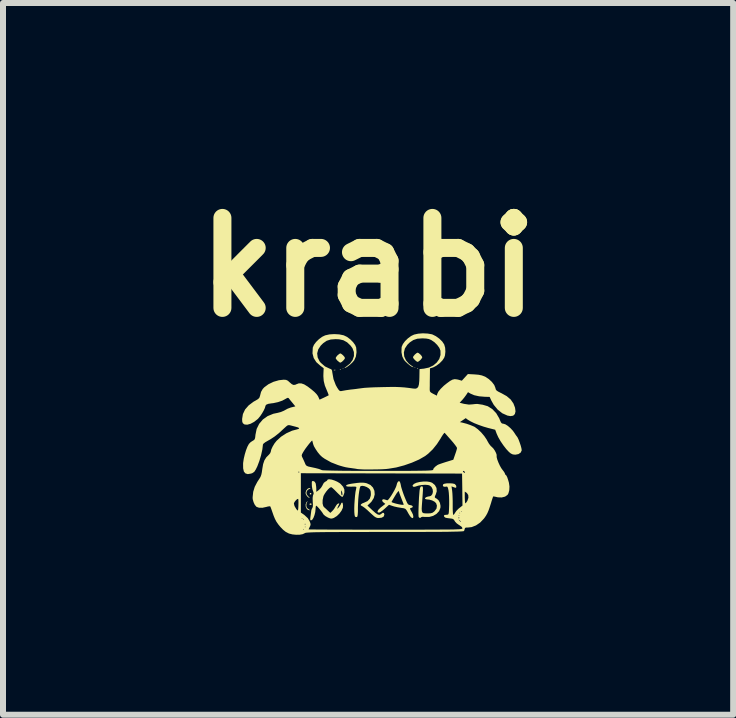
<source format=kicad_pcb>
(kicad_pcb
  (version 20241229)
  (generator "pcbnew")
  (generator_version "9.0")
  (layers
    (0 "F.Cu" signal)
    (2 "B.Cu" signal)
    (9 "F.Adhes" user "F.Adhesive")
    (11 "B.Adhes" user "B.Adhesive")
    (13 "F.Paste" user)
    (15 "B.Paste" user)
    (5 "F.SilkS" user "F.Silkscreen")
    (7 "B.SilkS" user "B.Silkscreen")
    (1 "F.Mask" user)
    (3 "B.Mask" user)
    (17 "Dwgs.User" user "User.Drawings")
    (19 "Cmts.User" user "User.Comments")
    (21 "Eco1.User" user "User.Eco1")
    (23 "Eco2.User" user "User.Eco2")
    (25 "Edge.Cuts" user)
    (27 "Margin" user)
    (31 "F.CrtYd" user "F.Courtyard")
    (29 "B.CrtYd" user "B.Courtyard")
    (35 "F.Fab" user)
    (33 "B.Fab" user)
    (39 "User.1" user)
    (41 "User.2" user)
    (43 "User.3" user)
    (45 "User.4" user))
  (footprint "krabi"
    (layer "F.Cu")
    (at 3.486 3.704)
    (property "Reference" "krabi" (at -0.4 -2.3 0) (layer "F.SilkS") (effects (font (size 1.5 1.5) (thickness 0.3))))
    (attr board_only exclude_from_pos_files exclude_from_bom)
    (fp_poly (pts (xy -0.812 -0.612) (xy -0.818 -0.606) (xy -0.825 -0.612) (xy -0.818 -0.619)) (stroke (width 0) (type solid)) (fill yes) (layer "F.SilkS"))
    (fp_poly (pts (xy 0.387 -0.625) (xy 0.38 -0.619) (xy 0.374 -0.625) (xy 0.38 -0.631)) (stroke (width 0) (type solid)) (fill yes) (layer "F.SilkS"))
    (fp_poly (pts (xy -0.944 -0.588) (xy -0.948 -0.582) (xy -0.961 -0.581) (xy -0.975 -0.584) (xy -0.969 -0.589) (xy -0.949 -0.59)) (stroke (width 0) (type solid)) (fill yes) (layer "F.SilkS"))
    (fp_poly (pts (xy -0.855 -0.601) (xy -0.857 -0.594) (xy -0.863 -0.593) (xy -0.874 -0.598) (xy -0.872 -0.601) (xy -0.857 -0.603)) (stroke (width 0) (type solid)) (fill yes) (layer "F.SilkS"))
    (fp_poly (pts (xy 0.434 -0.614) (xy 0.432 -0.607) (xy 0.425 -0.606) (xy 0.415 -0.61) (xy 0.417 -0.614) (xy 0.432 -0.616)) (stroke (width 0) (type solid)) (fill yes) (layer "F.SilkS"))
    (fp_poly (pts (xy -1.35 1.465) (xy -1.347 1.468) (xy -1.349 1.485) (xy -1.352 1.488) (xy -1.369 1.486) (xy -1.372 1.483) (xy -1.37 1.466) (xy -1.367 1.463)) (stroke (width 0) (type solid)) (fill yes) (layer "F.SilkS"))
    (fp_poly (pts (xy -1.342 1.644) (xy -1.34 1.65) (xy -1.351 1.661) (xy -1.36 1.662) (xy -1.377 1.655) (xy -1.379 1.65) (xy -1.368 1.638) (xy -1.36 1.637)) (stroke (width 0) (type solid)) (fill yes) (layer "F.SilkS"))
    (fp_poly (pts (xy -1.409 1.605) (xy -1.414 1.611) (xy -1.427 1.64) (xy -1.43 1.678) (xy -1.421 1.709) (xy -1.421 1.709) (xy -1.402 1.726) (xy -1.385 1.737) (xy -1.37 1.748) (xy -1.377 1.752) (xy -1.38 1.752) (xy -1.404 1.744) (xy -1.422 1.729) (xy -1.439 1.696) (xy -1.442 1.656) (xy -1.431 1.622) (xy -1.421 1.61) (xy -1.406 1.599)) (stroke (width 0) (type solid)) (fill yes) (layer "F.SilkS"))
    (fp_poly (pts (xy -1.358 1.383) (xy -1.366 1.388) (xy -1.407 1.413) (xy -1.427 1.446) (xy -1.425 1.483) (xy -1.4 1.517) (xy -1.396 1.52) (xy -1.378 1.537) (xy -1.375 1.546) (xy -1.377 1.546) (xy -1.395 1.538) (xy -1.417 1.518) (xy -1.436 1.489) (xy -1.443 1.463) (xy -1.434 1.426) (xy -1.412 1.396) (xy -1.383 1.38) (xy -1.375 1.38)) (stroke (width 0) (type solid)) (fill yes) (layer "F.SilkS"))
    (fp_poly (pts (xy -0.846 -0.855) (xy -0.821 -0.835) (xy -0.818 -0.832) (xy -0.796 -0.807) (xy -0.786 -0.787) (xy -0.786 -0.786) (xy -0.794 -0.768) (xy -0.815 -0.743) (xy -0.818 -0.74) (xy -0.843 -0.719) (xy -0.862 -0.709) (xy -0.863 -0.709) (xy -0.881 -0.717) (xy -0.906 -0.738) (xy -0.909 -0.74) (xy -0.931 -0.766) (xy -0.941 -0.785) (xy -0.941 -0.786) (xy -0.932 -0.804) (xy -0.912 -0.829) (xy -0.909 -0.832) (xy -0.884 -0.853) (xy -0.865 -0.863) (xy -0.863 -0.863)) (stroke (width 0) (type solid)) (fill yes) (layer "F.SilkS"))
    (fp_poly (pts (xy 0.443 -0.868) (xy 0.468 -0.847) (xy 0.471 -0.845) (xy 0.492 -0.82) (xy 0.502 -0.8) (xy 0.503 -0.799) (xy 0.494 -0.781) (xy 0.474 -0.756) (xy 0.471 -0.753) (xy 0.446 -0.732) (xy 0.427 -0.722) (xy 0.425 -0.722) (xy 0.407 -0.73) (xy 0.382 -0.751) (xy 0.38 -0.753) (xy 0.358 -0.778) (xy 0.348 -0.798) (xy 0.348 -0.799) (xy 0.356 -0.817) (xy 0.377 -0.842) (xy 0.38 -0.845) (xy 0.405 -0.866) (xy 0.424 -0.876) (xy 0.425 -0.876)) (stroke (width 0) (type solid)) (fill yes) (layer "F.SilkS"))
    (fp_poly (pts (xy -0.452 1.295) (xy -0.422 1.302) (xy -0.361 1.33) (xy -0.319 1.373) (xy -0.295 1.427) (xy -0.29 1.487) (xy -0.306 1.548) (xy -0.343 1.607) (xy -0.361 1.626) (xy -0.411 1.673) (xy -0.329 1.751) (xy -0.278 1.796) (xy -0.24 1.822) (xy -0.21 1.828) (xy -0.187 1.817) (xy -0.18 1.811) (xy -0.156 1.793) (xy -0.137 1.797) (xy -0.129 1.822) (xy -0.129 1.823) (xy -0.14 1.856) (xy -0.173 1.875) (xy -0.225 1.881) (xy -0.249 1.879) (xy -0.272 1.87) (xy -0.3 1.852) (xy -0.336 1.82) (xy -0.372 1.787) (xy -0.416 1.746) (xy -0.456 1.712) (xy -0.487 1.69) (xy -0.501 1.682) (xy -0.523 1.669) (xy -0.52 1.653) (xy -0.495 1.636) (xy -0.469 1.626) (xy -0.41 1.599) (xy -0.373 1.56) (xy -0.356 1.509) (xy -0.354 1.481) (xy -0.357 1.438) (xy -0.367 1.41) (xy -0.388 1.387) (xy -0.389 1.386) (xy -0.422 1.365) (xy -0.461 1.35) (xy -0.498 1.344) (xy -0.523 1.349) (xy -0.529 1.354) (xy -0.539 1.382) (xy -0.548 1.43) (xy -0.557 1.494) (xy -0.564 1.566) (xy -0.568 1.642) (xy -0.57 1.709) (xy -0.57 1.776) (xy -0.573 1.821) (xy -0.577 1.848) (xy -0.584 1.862) (xy -0.589 1.865) (xy -0.612 1.862) (xy -0.62 1.854) (xy -0.626 1.829) (xy -0.63 1.784) (xy -0.631 1.724) (xy -0.629 1.655) (xy -0.624 1.581) (xy -0.618 1.509) (xy -0.61 1.444) (xy -0.599 1.391) (xy -0.599 1.387) (xy -0.595 1.371) (xy -0.6 1.361) (xy -0.617 1.357) (xy -0.652 1.357) (xy -0.679 1.358) (xy -0.727 1.357) (xy -0.755 1.354) (xy -0.766 1.346) (xy -0.767 1.341) (xy -0.759 1.33) (xy -0.732 1.32) (xy -0.684 1.31) (xy -0.657 1.306) (xy -0.584 1.296) (xy -0.53 1.291) (xy -0.488 1.291)) (stroke (width 0) (type solid)) (fill yes) (layer "F.SilkS"))
    (fp_poly (pts (xy 0.631 1.28) (xy 0.667 1.293) (xy 0.713 1.331) (xy 0.74 1.38) (xy 0.744 1.436) (xy 0.728 1.487) (xy 0.713 1.519) (xy 0.712 1.538) (xy 0.728 1.551) (xy 0.742 1.557) (xy 0.774 1.585) (xy 0.797 1.628) (xy 0.807 1.679) (xy 0.805 1.712) (xy 0.783 1.766) (xy 0.741 1.811) (xy 0.684 1.845) (xy 0.618 1.863) (xy 0.548 1.863) (xy 0.547 1.863) (xy 0.508 1.86) (xy 0.485 1.866) (xy 0.484 1.868) (xy 0.466 1.881) (xy 0.448 1.871) (xy 0.442 1.861) (xy 0.44 1.841) (xy 0.439 1.8) (xy 0.44 1.745) (xy 0.442 1.68) (xy 0.445 1.61) (xy 0.448 1.542) (xy 0.453 1.48) (xy 0.457 1.43) (xy 0.459 1.413) (xy 0.467 1.375) (xy 0.478 1.357) (xy 0.491 1.353) (xy 0.501 1.353) (xy 0.508 1.357) (xy 0.512 1.366) (xy 0.514 1.385) (xy 0.514 1.418) (xy 0.511 1.467) (xy 0.506 1.536) (xy 0.502 1.594) (xy 0.496 1.672) (xy 0.493 1.728) (xy 0.496 1.765) (xy 0.504 1.787) (xy 0.521 1.799) (xy 0.548 1.803) (xy 0.585 1.804) (xy 0.595 1.804) (xy 0.64 1.802) (xy 0.671 1.794) (xy 0.698 1.775) (xy 0.707 1.767) (xy 0.74 1.723) (xy 0.747 1.675) (xy 0.734 1.635) (xy 0.708 1.609) (xy 0.666 1.587) (xy 0.618 1.574) (xy 0.594 1.572) (xy 0.564 1.568) (xy 0.548 1.56) (xy 0.551 1.546) (xy 0.572 1.531) (xy 0.601 1.522) (xy 0.617 1.521) (xy 0.649 1.51) (xy 0.671 1.482) (xy 0.68 1.444) (xy 0.676 1.403) (xy 0.657 1.365) (xy 0.651 1.359) (xy 0.628 1.34) (xy 0.601 1.331) (xy 0.559 1.327) (xy 0.543 1.327) (xy 0.492 1.331) (xy 0.442 1.34) (xy 0.419 1.347) (xy 0.378 1.36) (xy 0.351 1.359) (xy 0.341 1.345) (xy 0.343 1.335) (xy 0.364 1.312) (xy 0.405 1.293) (xy 0.458 1.28) (xy 0.518 1.273) (xy 0.578 1.272)) (stroke (width 0) (type solid)) (fill yes) (layer "F.SilkS"))
    (fp_poly (pts (xy 0.128 1.275) (xy 0.137 1.298) (xy 0.146 1.334) (xy 0.147 1.345) (xy 0.156 1.379) (xy 0.172 1.43) (xy 0.192 1.488) (xy 0.208 1.529) (xy 0.232 1.587) (xy 0.249 1.625) (xy 0.263 1.648) (xy 0.277 1.659) (xy 0.293 1.664) (xy 0.3 1.665) (xy 0.331 1.673) (xy 0.345 1.688) (xy 0.34 1.702) (xy 0.324 1.71) (xy 0.306 1.715) (xy 0.299 1.723) (xy 0.304 1.74) (xy 0.321 1.771) (xy 0.33 1.786) (xy 0.348 1.825) (xy 0.354 1.857) (xy 0.35 1.878) (xy 0.337 1.883) (xy 0.315 1.868) (xy 0.308 1.86) (xy 0.291 1.837) (xy 0.269 1.801) (xy 0.258 1.78) (xy 0.238 1.747) (xy 0.221 1.728) (xy 0.195 1.718) (xy 0.154 1.712) (xy 0.149 1.711) (xy 0.093 1.702) (xy 0.036 1.689) (xy 0.01 1.681) (xy -0.052 1.66) (xy -0.124 1.726) (xy -0.162 1.758) (xy -0.195 1.781) (xy -0.218 1.791) (xy -0.22 1.791) (xy -0.241 1.784) (xy -0.242 1.766) (xy -0.225 1.738) (xy -0.189 1.704) (xy -0.178 1.696) (xy -0.113 1.645) (xy -0.142 1.623) (xy -0.152 1.613) (xy -0.01 1.613) (xy -0.001 1.62) (xy 0.027 1.63) (xy 0.061 1.64) (xy 0.116 1.653) (xy 0.16 1.66) (xy 0.187 1.661) (xy 0.193 1.657) (xy 0.189 1.643) (xy 0.177 1.612) (xy 0.16 1.568) (xy 0.155 1.555) (xy 0.137 1.508) (xy 0.123 1.47) (xy 0.116 1.447) (xy 0.116 1.444) (xy 0.111 1.431) (xy 0.098 1.44) (xy 0.074 1.471) (xy 0.045 1.518) (xy 0.02 1.56) (xy 0.001 1.593) (xy -0.009 1.611) (xy -0.01 1.613) (xy -0.152 1.613) (xy -0.164 1.599) (xy -0.165 1.578) (xy -0.148 1.568) (xy -0.122 1.572) (xy -0.093 1.582) (xy -0.077 1.585) (xy -0.063 1.574) (xy -0.041 1.546) (xy -0.014 1.507) (xy 0.014 1.461) (xy 0.04 1.414) (xy 0.06 1.373) (xy 0.072 1.342) (xy 0.073 1.337) (xy 0.084 1.299) (xy 0.099 1.273) (xy 0.116 1.266)) (stroke (width 0) (type solid)) (fill yes) (layer "F.SilkS"))
    (fp_poly (pts (xy -1.005 1.241) (xy -0.961 1.255) (xy -0.915 1.275) (xy -0.875 1.299) (xy -0.859 1.312) (xy -0.816 1.36) (xy -0.796 1.405) (xy -0.795 1.453) (xy -0.799 1.469) (xy -0.811 1.503) (xy -0.824 1.526) (xy -0.827 1.528) (xy -0.842 1.524) (xy -0.869 1.502) (xy -0.905 1.468) (xy -0.921 1.452) (xy -0.922 1.451) (xy -0.85 1.451) (xy -0.847 1.482) (xy -0.841 1.5) (xy -0.831 1.502) (xy -0.828 1.486) (xy -0.831 1.46) (xy -0.836 1.443) (xy -0.845 1.422) (xy -0.849 1.425) (xy -0.85 1.451) (xy -0.85 1.451) (xy -0.922 1.451) (xy -0.958 1.414) (xy -0.99 1.384) (xy -1.011 1.368) (xy -1.016 1.366) (xy -1.038 1.376) (xy -1.067 1.402) (xy -1.097 1.438) (xy -1.124 1.477) (xy -1.143 1.512) (xy -1.145 1.519) (xy -1.158 1.581) (xy -1.159 1.638) (xy -1.148 1.681) (xy -1.136 1.698) (xy -1.11 1.721) (xy -1.078 1.751) (xy -1.071 1.758) (xy -1.03 1.795) (xy -0.997 1.764) (xy -0.968 1.73) (xy -0.944 1.691) (xy -0.943 1.688) (xy -0.923 1.658) (xy -0.902 1.64) (xy -0.898 1.639) (xy -0.883 1.638) (xy -0.882 1.647) (xy -0.894 1.672) (xy -0.895 1.674) (xy -0.908 1.703) (xy -0.915 1.722) (xy -0.915 1.723) (xy -0.909 1.723) (xy -0.894 1.708) (xy -0.876 1.685) (xy -0.86 1.661) (xy -0.851 1.643) (xy -0.851 1.64) (xy -0.843 1.626) (xy -0.829 1.625) (xy -0.824 1.633) (xy -0.821 1.653) (xy -0.818 1.669) (xy -0.821 1.71) (xy -0.843 1.758) (xy -0.878 1.806) (xy -0.921 1.848) (xy -0.969 1.878) (xy -0.976 1.881) (xy -1.005 1.89) (xy -1.031 1.888) (xy -1.065 1.875) (xy -1.075 1.87) (xy -1.113 1.848) (xy -1.141 1.824) (xy -1.148 1.814) (xy -1.166 1.786) (xy -1.192 1.752) (xy -1.22 1.718) (xy -1.245 1.691) (xy -1.263 1.676) (xy -1.266 1.675) (xy -1.272 1.687) (xy -1.276 1.716) (xy -1.276 1.73) (xy -1.281 1.781) (xy -1.294 1.833) (xy -1.311 1.877) (xy -1.33 1.908) (xy -1.345 1.918) (xy -1.359 1.919) (xy -1.365 1.909) (xy -1.364 1.884) (xy -1.36 1.854) (xy -1.354 1.81) (xy -1.349 1.773) (xy -1.348 1.759) (xy -1.339 1.729) (xy -1.331 1.716) (xy -1.322 1.695) (xy -1.32 1.656) (xy -1.323 1.612) (xy -1.325 1.547) (xy -1.319 1.504) (xy -1.315 1.497) (xy -1.307 1.468) (xy -1.315 1.438) (xy -1.318 1.433) (xy -1.329 1.399) (xy -1.337 1.353) (xy -1.338 1.329) (xy -1.339 1.29) (xy -1.336 1.27) (xy -1.326 1.264) (xy -1.312 1.265) (xy -1.289 1.277) (xy -1.273 1.307) (xy -1.266 1.357) (xy -1.264 1.389) (xy -1.263 1.445) (xy -1.218 1.411) (xy -1.186 1.378) (xy -1.162 1.34) (xy -1.159 1.332) (xy -1.138 1.294) (xy -1.113 1.275) (xy -1.09 1.262) (xy -1.082 1.252) (xy -1.072 1.238) (xy -1.045 1.235)) (stroke (width 0) (type solid)) (fill yes) (layer "F.SilkS"))
    (fp_poly (pts (xy 0.593 -1.194) (xy 0.662 -1.182) (xy 0.674 -1.178) (xy 0.73 -1.15) (xy 0.787 -1.109) (xy 0.836 -1.061) (xy 0.868 -1.013) (xy 0.884 -0.958) (xy 0.888 -0.892) (xy 0.881 -0.828) (xy 0.868 -0.791) (xy 0.838 -0.746) (xy 0.792 -0.699) (xy 0.739 -0.659) (xy 0.689 -0.632) (xy 0.681 -0.629) (xy 0.631 -0.614) (xy 0.629 -0.452) (xy 0.628 -0.387) (xy 0.628 -0.328) (xy 0.627 -0.282) (xy 0.627 -0.255) (xy 0.627 -0.255) (xy 0.63 -0.231) (xy 0.646 -0.212) (xy 0.68 -0.192) (xy 0.686 -0.189) (xy 0.746 -0.159) (xy 0.753 -0.189) (xy 0.772 -0.227) (xy 0.81 -0.273) (xy 0.863 -0.325) (xy 0.914 -0.366) (xy 0.966 -0.404) (xy 1.007 -0.426) (xy 1.043 -0.434) (xy 1.081 -0.43) (xy 1.104 -0.425) (xy 1.162 -0.408) (xy 1.213 -0.464) (xy 1.263 -0.519) (xy 1.376 -0.513) (xy 1.444 -0.507) (xy 1.496 -0.496) (xy 1.541 -0.479) (xy 1.555 -0.473) (xy 1.612 -0.435) (xy 1.663 -0.388) (xy 1.702 -0.337) (xy 1.722 -0.288) (xy 1.722 -0.287) (xy 1.728 -0.263) (xy 1.741 -0.245) (xy 1.766 -0.228) (xy 1.807 -0.207) (xy 1.822 -0.2) (xy 1.91 -0.151) (xy 1.976 -0.095) (xy 2.022 -0.029) (xy 2.049 0.042) (xy 2.057 0.103) (xy 2.046 0.148) (xy 2.018 0.175) (xy 1.972 0.182) (xy 1.922 0.173) (xy 1.837 0.135) (xy 1.76 0.074) (xy 1.694 -0.006) (xy 1.653 -0.079) (xy 1.626 -0.138) (xy 1.547 -0.14) (xy 1.451 -0.148) (xy 1.369 -0.166) (xy 1.306 -0.193) (xy 1.265 -0.217) (xy 1.234 -0.17) (xy 1.203 -0.128) (xy 1.169 -0.087) (xy 1.164 -0.082) (xy 1.126 -0.041) (xy 1.2 -0.022) (xy 1.28 -0.01) (xy 1.339 -0.014) (xy 1.382 -0.019) (xy 1.416 -0.021) (xy 1.427 -0.02) (xy 1.454 -0.016) (xy 1.493 -0.01) (xy 1.508 -0.008) (xy 1.594 0.017) (xy 1.67 0.065) (xy 1.735 0.133) (xy 1.786 0.22) (xy 1.797 0.248) (xy 1.813 0.285) (xy 1.829 0.303) (xy 1.849 0.309) (xy 1.856 0.309) (xy 1.888 0.319) (xy 1.929 0.345) (xy 1.973 0.383) (xy 2.013 0.426) (xy 2.038 0.461) (xy 2.058 0.492) (xy 2.072 0.512) (xy 2.075 0.515) (xy 2.09 0.536) (xy 2.108 0.573) (xy 2.126 0.621) (xy 2.143 0.671) (xy 2.155 0.716) (xy 2.16 0.748) (xy 2.16 0.754) (xy 2.143 0.79) (xy 2.106 0.815) (xy 2.055 0.825) (xy 2.053 0.825) (xy 2.013 0.821) (xy 1.98 0.806) (xy 1.948 0.78) (xy 1.904 0.733) (xy 1.855 0.67) (xy 1.808 0.601) (xy 1.769 0.533) (xy 1.744 0.478) (xy 1.718 0.409) (xy 1.602 0.38) (xy 1.523 0.357) (xy 1.443 0.329) (xy 1.368 0.299) (xy 1.305 0.268) (xy 1.261 0.242) (xy 1.227 0.216) (xy 1.179 0.249) (xy 1.13 0.282) (xy 1.168 0.29) (xy 1.24 0.309) (xy 1.309 0.333) (xy 1.366 0.357) (xy 1.379 0.364) (xy 1.43 0.402) (xy 1.485 0.454) (xy 1.536 0.514) (xy 1.576 0.573) (xy 1.589 0.598) (xy 1.615 0.643) (xy 1.645 0.681) (xy 1.661 0.695) (xy 1.687 0.721) (xy 1.712 0.757) (xy 1.732 0.796) (xy 1.743 0.829) (xy 1.742 0.842) (xy 1.743 0.868) (xy 1.754 0.909) (xy 1.773 0.958) (xy 1.796 1.008) (xy 1.82 1.05) (xy 1.835 1.071) (xy 1.861 1.105) (xy 1.878 1.132) (xy 1.881 1.143) (xy 1.887 1.158) (xy 1.891 1.16) (xy 1.904 1.172) (xy 1.92 1.204) (xy 1.936 1.253) (xy 1.947 1.292) (xy 1.956 1.355) (xy 1.953 1.417) (xy 1.939 1.469) (xy 1.924 1.495) (xy 1.883 1.524) (xy 1.827 1.538) (xy 1.763 1.536) (xy 1.746 1.532) (xy 1.711 1.524) (xy 1.688 1.521) (xy 1.684 1.522) (xy 1.679 1.536) (xy 1.668 1.568) (xy 1.654 1.612) (xy 1.651 1.624) (xy 1.627 1.699) (xy 1.607 1.756) (xy 1.588 1.8) (xy 1.567 1.838) (xy 1.542 1.875) (xy 1.527 1.894) (xy 1.467 1.957) (xy 1.398 2.004) (xy 1.326 2.032) (xy 1.266 2.039) (xy 1.231 2.04) (xy 1.215 2.047) (xy 1.211 2.06) (xy 1.203 2.088) (xy 1.196 2.098) (xy 1.187 2.101) (xy 1.166 2.103) (xy 1.132 2.105) (xy 1.083 2.107) (xy 1.018 2.108) (xy 0.936 2.11) (xy 0.836 2.111) (xy 0.716 2.112) (xy 0.577 2.112) (xy 0.415 2.113) (xy 0.231 2.113) (xy 0.024 2.113) (xy -0.127 2.113) (xy -0.341 2.113) (xy -0.531 2.114) (xy -0.697 2.114) (xy -0.843 2.114) (xy -0.968 2.115) (xy -1.076 2.115) (xy -1.166 2.116) (xy -1.241 2.117) (xy -1.301 2.118) (xy -1.35 2.12) (xy -1.387 2.122) (xy -1.414 2.124) (xy -1.434 2.126) (xy -1.447 2.129) (xy -1.455 2.132) (xy -1.457 2.134) (xy -1.491 2.15) (xy -1.541 2.159) (xy -1.6 2.16) (xy -1.661 2.154) (xy -1.717 2.14) (xy -1.724 2.137) (xy -1.774 2.111) (xy -1.82 2.074) (xy -1.825 2.068) (xy -1.482 2.068) (xy -1.476 2.075) (xy -1.469 2.068) (xy -1.476 2.062) (xy -1.482 2.068) (xy -1.825 2.068) (xy -1.861 2.031) (xy -1.862 2.03) (xy -1.456 2.03) (xy -1.45 2.036) (xy -1.443 2.03) (xy -1.45 2.023) (xy -1.456 2.03) (xy -1.862 2.03) (xy -1.899 1.985) (xy -1.456 1.985) (xy -1.452 1.995) (xy -1.448 1.993) (xy -1.446 1.978) (xy -1.448 1.976) (xy -1.455 1.978) (xy -1.456 1.985) (xy -1.899 1.985) (xy -1.899 1.984) (xy -1.928 1.943) (xy -1.95 1.901) (xy -1.482 1.901) (xy -1.476 1.907) (xy -1.469 1.901) (xy -1.476 1.894) (xy -1.482 1.901) (xy -1.95 1.901) (xy -1.952 1.897) (xy -1.956 1.888) (xy -1.508 1.888) (xy -1.501 1.894) (xy -1.495 1.888) (xy -1.501 1.881) (xy -1.508 1.888) (xy -1.956 1.888) (xy -1.975 1.842) (xy -1.997 1.779) (xy -2.012 1.736) (xy -2.024 1.703) (xy -2.031 1.687) (xy -2.045 1.685) (xy -2.075 1.69) (xy -2.097 1.696) (xy -2.162 1.71) (xy -2.219 1.709) (xy -2.259 1.695) (xy -2.261 1.694) (xy -2.288 1.662) (xy -2.299 1.64) (xy -1.637 1.64) (xy -1.627 1.681) (xy -1.6 1.727) (xy -1.587 1.744) (xy -1.576 1.755) (xy -1.57 1.753) (xy -1.566 1.736) (xy -1.563 1.698) (xy -1.562 1.669) (xy -1.561 1.621) (xy -1.562 1.583) (xy -1.565 1.563) (xy -1.565 1.562) (xy -1.579 1.564) (xy -1.599 1.58) (xy -1.62 1.604) (xy -1.634 1.628) (xy -1.637 1.64) (xy -2.299 1.64) (xy -2.31 1.615) (xy -2.324 1.564) (xy -2.325 1.535) (xy -2.315 1.443) (xy -2.29 1.361) (xy -2.247 1.279) (xy -2.215 1.23) (xy -2.195 1.198) (xy -2.181 1.161) (xy -2.175 1.134) (xy -1.521 1.134) (xy -1.521 1.462) (xy -1.521 1.79) (xy -1.463 1.83) (xy -1.406 1.883) (xy -1.378 1.928) (xy -1.363 1.964) (xy -1.359 1.989) (xy -1.365 2.012) (xy -1.372 2.026) (xy -1.385 2.054) (xy -1.392 2.07) (xy -1.392 2.07) (xy -1.379 2.071) (xy -1.343 2.072) (xy -1.284 2.072) (xy -1.204 2.073) (xy -1.106 2.073) (xy -0.99 2.074) (xy -0.859 2.074) (xy -0.715 2.074) (xy -0.558 2.075) (xy -0.391 2.075) (xy -0.216 2.075) (xy -0.11 2.075) (xy 0.101 2.075) (xy 0.286 2.075) (xy 0.45 2.075) (xy 0.591 2.074) (xy 0.713 2.074) (xy 0.817 2.073) (xy 0.904 2.073) (xy 0.975 2.072) (xy 1.033 2.071) (xy 1.078 2.069) (xy 1.112 2.068) (xy 1.137 2.066) (xy 1.154 2.063) (xy 1.165 2.06) (xy 1.17 2.057) (xy 1.172 2.054) (xy 1.173 2.051) (xy 1.161 2.029) (xy 1.127 2.004) (xy 1.118 1.999) (xy 1.078 1.971) (xy 1.048 1.939) (xy 1.044 1.931) (xy 1.028 1.907) (xy 1.109 1.907) (xy 1.112 1.914) (xy 1.12 1.923) (xy 1.138 1.943) (xy 1.147 1.943) (xy 1.147 1.941) (xy 1.138 1.93) (xy 1.124 1.918) (xy 1.109 1.907) (xy 1.028 1.907) (xy 1.026 1.905) (xy 1.002 1.892) (xy 0.97 1.888) (xy 0.929 1.883) (xy 0.895 1.877) (xy 0.89 1.875) (xy 0.888 1.874) (xy 1.109 1.874) (xy 1.112 1.891) (xy 1.116 1.891) (xy 1.119 1.874) (xy 1.117 1.866) (xy 1.111 1.861) (xy 1.109 1.874) (xy 0.888 1.874) (xy 0.87 1.862) (xy 0.864 1.843) (xy 0.868 1.836) (xy 1.108 1.836) (xy 1.115 1.843) (xy 1.121 1.836) (xy 1.115 1.83) (xy 1.108 1.836) (xy 0.868 1.836) (xy 0.873 1.83) (xy 0.88 1.829) (xy 0.906 1.827) (xy 0.921 1.825) (xy 0.932 1.823) (xy 0.939 1.815) (xy 0.944 1.797) (xy 0.947 1.765) (xy 0.949 1.715) (xy 0.951 1.657) (xy 0.951 1.586) (xy 0.949 1.518) (xy 0.945 1.46) (xy 0.94 1.42) (xy 0.931 1.381) (xy 0.922 1.361) (xy 0.909 1.356) (xy 0.892 1.359) (xy 0.863 1.359) (xy 0.846 1.346) (xy 0.849 1.324) (xy 0.853 1.318) (xy 0.873 1.309) (xy 0.911 1.303) (xy 0.956 1.302) (xy 1.001 1.304) (xy 1.036 1.311) (xy 1.045 1.315) (xy 1.065 1.336) (xy 1.07 1.354) (xy 1.068 1.372) (xy 1.06 1.377) (xy 1.037 1.371) (xy 1.024 1.366) (xy 0.99 1.353) (xy 1.001 1.427) (xy 1.005 1.47) (xy 1.008 1.53) (xy 1.01 1.599) (xy 1.01 1.666) (xy 1.01 1.727) (xy 1.012 1.778) (xy 1.015 1.814) (xy 1.019 1.83) (xy 1.019 1.83) (xy 1.032 1.82) (xy 1.047 1.798) (xy 1.121 1.798) (xy 1.128 1.804) (xy 1.134 1.798) (xy 1.128 1.791) (xy 1.121 1.798) (xy 1.047 1.798) (xy 1.048 1.795) (xy 1.05 1.793) (xy 1.064 1.772) (xy 1.147 1.772) (xy 1.153 1.778) (xy 1.16 1.772) (xy 1.153 1.766) (xy 1.147 1.772) (xy 1.064 1.772) (xy 1.071 1.762) (xy 1.104 1.728) (xy 1.121 1.714) (xy 1.173 1.673) (xy 1.17 1.44) (xy 1.211 1.44) (xy 1.211 1.538) (xy 1.213 1.585) (xy 1.216 1.62) (xy 1.22 1.636) (xy 1.221 1.637) (xy 1.233 1.626) (xy 1.25 1.601) (xy 1.255 1.593) (xy 1.272 1.543) (xy 1.269 1.498) (xy 1.247 1.464) (xy 1.24 1.459) (xy 1.211 1.44) (xy 1.17 1.44) (xy 1.17 1.407) (xy 1.166 1.14) (xy -0.177 1.137) (xy -1.521 1.134) (xy -2.175 1.134) (xy -2.171 1.114) (xy -1.558 1.114) (xy -1.556 1.13) (xy -1.552 1.131) (xy -1.548 1.113) (xy -1.551 1.106) (xy -1.556 1.101) (xy -1.558 1.114) (xy -2.171 1.114) (xy -2.171 1.113) (xy -2.169 1.099) (xy 1.179 1.099) (xy 1.187 1.112) (xy 1.188 1.114) (xy 1.205 1.131) (xy 1.211 1.128) (xy 1.211 1.115) (xy 1.201 1.098) (xy 1.192 1.095) (xy 1.179 1.099) (xy -2.169 1.099) (xy -2.164 1.063) (xy -2.15 0.982) (xy -2.129 0.92) (xy -2.097 0.869) (xy -2.068 0.84) (xy -1.507 0.84) (xy -1.501 0.862) (xy -1.492 0.879) (xy -1.472 0.922) (xy -1.452 0.967) (xy -1.452 0.969) (xy -1.439 0.996) (xy -1.422 1.012) (xy -1.394 1.023) (xy -1.357 1.031) (xy -1.277 1.048) (xy -1.22 1.063) (xy -1.183 1.077) (xy -1.173 1.082) (xy -1.156 1.085) (xy -1.114 1.087) (xy -1.048 1.089) (xy -0.959 1.091) (xy -0.847 1.093) (xy -0.714 1.094) (xy -0.561 1.095) (xy -0.387 1.095) (xy -0.235 1.095) (xy -0.057 1.095) (xy 0.097 1.095) (xy 0.228 1.095) (xy 0.339 1.094) (xy 0.431 1.093) (xy 0.505 1.092) (xy 0.564 1.091) (xy 0.609 1.089) (xy 0.642 1.087) (xy 0.663 1.085) (xy 0.676 1.082) (xy 0.682 1.079) (xy 0.683 1.077) (xy 0.693 1.052) (xy 0.72 1.024) (xy 0.755 0.998) (xy 0.773 0.989) (xy 0.8 0.979) (xy 0.844 0.964) (xy 0.896 0.947) (xy 0.913 0.942) (xy 1.02 0.909) (xy 1.051 0.819) (xy 1.067 0.773) (xy 1.078 0.735) (xy 1.082 0.714) (xy 1.082 0.713) (xy 1.074 0.697) (xy 1.052 0.666) (xy 1.02 0.625) (xy 0.984 0.583) (xy 0.944 0.538) (xy 0.91 0.499) (xy 0.886 0.472) (xy 0.876 0.46) (xy 0.867 0.466) (xy 0.848 0.49) (xy 0.823 0.529) (xy 0.807 0.557) (xy 0.747 0.649) (xy 0.677 0.736) (xy 0.601 0.809) (xy 0.55 0.848) (xy 0.449 0.906) (xy 0.33 0.958) (xy 0.201 1.003) (xy 0.069 1.038) (xy -0.059 1.059) (xy -0.103 1.064) (xy -0.169 1.068) (xy -0.245 1.07) (xy -0.325 1.071) (xy -0.404 1.072) (xy -0.475 1.071) (xy -0.534 1.068) (xy -0.574 1.065) (xy -0.58 1.064) (xy -0.613 1.058) (xy -0.657 1.052) (xy -0.67 1.05) (xy -0.729 1.042) (xy -0.775 1.034) (xy -0.819 1.023) (xy -0.871 1.008) (xy -0.902 0.998) (xy -1.017 0.953) (xy -1.124 0.893) (xy -1.167 0.863) (xy -1.202 0.83) (xy -1.24 0.784) (xy -1.275 0.732) (xy -1.303 0.684) (xy -1.315 0.652) (xy -1.324 0.617) (xy -1.33 0.594) (xy -1.331 0.59) (xy -1.34 0.594) (xy -1.359 0.615) (xy -1.386 0.647) (xy -1.416 0.686) (xy -1.446 0.726) (xy -1.471 0.764) (xy -1.484 0.785) (xy -1.502 0.818) (xy -1.507 0.84) (xy -2.068 0.84) (xy -2.055 0.827) (xy -2.033 0.801) (xy -2.023 0.777) (xy -2.023 0.777) (xy -2.014 0.738) (xy -1.992 0.69) (xy -1.961 0.638) (xy -1.926 0.594) (xy -1.852 0.526) (xy -1.762 0.468) (xy -1.667 0.425) (xy -1.595 0.406) (xy -1.559 0.396) (xy -1.549 0.385) (xy -1.565 0.372) (xy -1.601 0.361) (xy -1.647 0.349) (xy -1.689 0.338) (xy -1.697 0.336) (xy -1.719 0.332) (xy -1.739 0.335) (xy -1.762 0.351) (xy -1.794 0.38) (xy -1.806 0.391) (xy -1.886 0.465) (xy -1.958 0.522) (xy -2.026 0.567) (xy -2.072 0.593) (xy -2.115 0.618) (xy -2.144 0.641) (xy -2.153 0.655) (xy -2.163 0.738) (xy -2.184 0.833) (xy -2.213 0.93) (xy -2.247 1.02) (xy -2.273 1.073) (xy -2.298 1.111) (xy -2.331 1.133) (xy -2.353 1.14) (xy -2.406 1.149) (xy -2.445 1.137) (xy -2.471 1.106) (xy -2.483 1.053) (xy -2.484 0.978) (xy -2.483 0.96) (xy -2.473 0.893) (xy -2.456 0.821) (xy -2.435 0.751) (xy -2.411 0.69) (xy -2.387 0.646) (xy -2.386 0.645) (xy -2.358 0.616) (xy -2.324 0.594) (xy -2.301 0.58) (xy -2.289 0.563) (xy -2.282 0.535) (xy -2.278 0.494) (xy -2.258 0.396) (xy -2.216 0.311) (xy -2.154 0.238) (xy -2.075 0.182) (xy -1.98 0.143) (xy -1.909 0.128) (xy -1.855 0.114) (xy -1.803 0.092) (xy -1.789 0.084) (xy -1.743 0.059) (xy -1.69 0.039) (xy -1.675 0.035) (xy -1.613 0.02) (xy -1.666 -0.045) (xy -1.695 -0.08) (xy -1.717 -0.108) (xy -1.728 -0.121) (xy -1.744 -0.122) (xy -1.77 -0.109) (xy -1.774 -0.106) (xy -1.83 -0.076) (xy -1.902 -0.051) (xy -1.981 -0.034) (xy -2.009 -0.031) (xy -2.066 -0.022) (xy -2.1 -0.007) (xy -2.113 0.014) (xy -2.113 0.02) (xy -2.121 0.047) (xy -2.14 0.088) (xy -2.167 0.135) (xy -2.197 0.18) (xy -2.227 0.217) (xy -2.239 0.23) (xy -2.3 0.278) (xy -2.36 0.31) (xy -2.413 0.325) (xy -2.457 0.322) (xy -2.47 0.315) (xy -2.489 0.299) (xy -2.498 0.274) (xy -2.5 0.234) (xy -2.5 0.229) (xy -2.487 0.148) (xy -2.451 0.072) (xy -2.391 0.003) (xy -2.31 -0.058) (xy -2.272 -0.079) (xy -2.234 -0.102) (xy -2.213 -0.124) (xy -2.203 -0.152) (xy -2.202 -0.155) (xy -2.185 -0.221) (xy -2.157 -0.27) (xy -2.131 -0.298) (xy -2.062 -0.349) (xy -1.977 -0.39) (xy -1.887 -0.416) (xy -1.808 -0.425) (xy -1.768 -0.422) (xy -1.738 -0.408) (xy -1.707 -0.38) (xy -1.67 -0.349) (xy -1.641 -0.337) (xy -1.61 -0.342) (xy -1.596 -0.349) (xy -1.555 -0.364) (xy -1.513 -0.363) (xy -1.466 -0.347) (xy -1.409 -0.312) (xy -1.347 -0.265) (xy -1.295 -0.221) (xy -1.26 -0.185) (xy -1.236 -0.152) (xy -1.224 -0.126) (xy -1.209 -0.092) (xy -1.136 -0.126) (xy -1.097 -0.145) (xy -1.069 -0.159) (xy -1.058 -0.164) (xy -1.06 -0.177) (xy -1.071 -0.206) (xy -1.086 -0.242) (xy -1.121 -0.327) (xy -1.14 -0.404) (xy -1.146 -0.484) (xy -1.145 -0.523) (xy -1.141 -0.617) (xy -1.194 -0.656) (xy -1.263 -0.717) (xy -1.307 -0.786) (xy -1.327 -0.863) (xy -1.323 -0.95) (xy -1.322 -0.961) (xy -1.303 -1.006) (xy -1.267 -1.054) (xy -1.219 -1.101) (xy -1.166 -1.14) (xy -1.116 -1.164) (xy -1.045 -1.18) (xy -0.963 -1.185) (xy -0.88 -1.18) (xy -0.808 -1.165) (xy -0.805 -1.164) (xy -0.751 -1.138) (xy -0.698 -1.098) (xy -0.651 -1.051) (xy -0.616 -1.003) (xy -0.599 -0.961) (xy -0.593 -0.883) (xy -0.604 -0.81) (xy -0.631 -0.749) (xy -0.637 -0.741) (xy -0.666 -0.708) (xy -0.703 -0.674) (xy -0.741 -0.645) (xy -0.773 -0.625) (xy -0.791 -0.619) (xy -0.791 -0.624) (xy -0.773 -0.638) (xy -0.767 -0.642) (xy -0.702 -0.694) (xy -0.658 -0.754) (xy -0.636 -0.819) (xy -0.637 -0.886) (xy -0.661 -0.951) (xy -0.693 -0.994) (xy -0.75 -1.048) (xy -0.811 -1.082) (xy -0.881 -1.098) (xy -0.941 -1.101) (xy -1.023 -1.095) (xy -1.09 -1.074) (xy -1.148 -1.034) (xy -1.189 -0.994) (xy -1.231 -0.931) (xy -1.249 -0.864) (xy -1.241 -0.796) (xy -1.209 -0.731) (xy -1.189 -0.707) (xy -1.119 -0.646) (xy -1.041 -0.609) (xy -1.032 -0.606) (xy -1.012 -0.597) (xy -1.001 -0.576) (xy -0.996 -0.541) (xy -0.977 -0.434) (xy -0.939 -0.335) (xy -0.915 -0.292) (xy -0.891 -0.256) (xy -0.874 -0.239) (xy -0.855 -0.234) (xy -0.834 -0.238) (xy -0.766 -0.25) (xy -0.688 -0.261) (xy -0.657 -0.264) (xy -0.607 -0.27) (xy -0.556 -0.277) (xy -0.548 -0.278) (xy -0.503 -0.284) (xy -0.461 -0.289) (xy -0.416 -0.292) (xy -0.362 -0.295) (xy -0.297 -0.298) (xy -0.214 -0.3) (xy -0.135 -0.302) (xy -0.028 -0.304) (xy 0.061 -0.304) (xy 0.136 -0.301) (xy 0.206 -0.296) (xy 0.276 -0.288) (xy 0.349 -0.278) (xy 0.388 -0.275) (xy 0.416 -0.284) (xy 0.435 -0.306) (xy 0.447 -0.346) (xy 0.453 -0.406) (xy 0.455 -0.47) (xy 0.457 -0.602) (xy 0.529 -0.609) (xy 0.613 -0.627) (xy 0.686 -0.662) (xy 0.744 -0.711) (xy 0.786 -0.77) (xy 0.807 -0.837) (xy 0.806 -0.909) (xy 0.806 -0.909) (xy 0.787 -0.956) (xy 0.751 -1.005) (xy 0.704 -1.051) (xy 0.652 -1.086) (xy 0.612 -1.103) (xy 0.567 -1.111) (xy 0.506 -1.114) (xy 0.503 -1.114) (xy 0.42 -1.108) (xy 0.354 -1.086) (xy 0.295 -1.047) (xy 0.254 -1.007) (xy 0.213 -0.945) (xy 0.196 -0.879) (xy 0.202 -0.812) (xy 0.231 -0.748) (xy 0.281 -0.69) (xy 0.329 -0.655) (xy 0.35 -0.64) (xy 0.355 -0.632) (xy 0.353 -0.632) (xy 0.33 -0.64) (xy 0.297 -0.662) (xy 0.259 -0.693) (xy 0.223 -0.727) (xy 0.199 -0.754) (xy 0.17 -0.811) (xy 0.156 -0.883) (xy 0.158 -0.96) (xy 0.16 -0.974) (xy 0.179 -1.018) (xy 0.215 -1.067) (xy 0.263 -1.114) (xy 0.316 -1.153) (xy 0.366 -1.177) (xy 0.434 -1.192) (xy 0.513 -1.198)) (stroke (width 0) (type solid)) (fill yes) (layer "F.SilkS")))
  (gr_rect
    (start -3 -3)
    (end 9.171 8.864)
    (stroke (width 0.1) (type default))
    (fill no)
    (layer "Edge.Cuts")))
</source>
